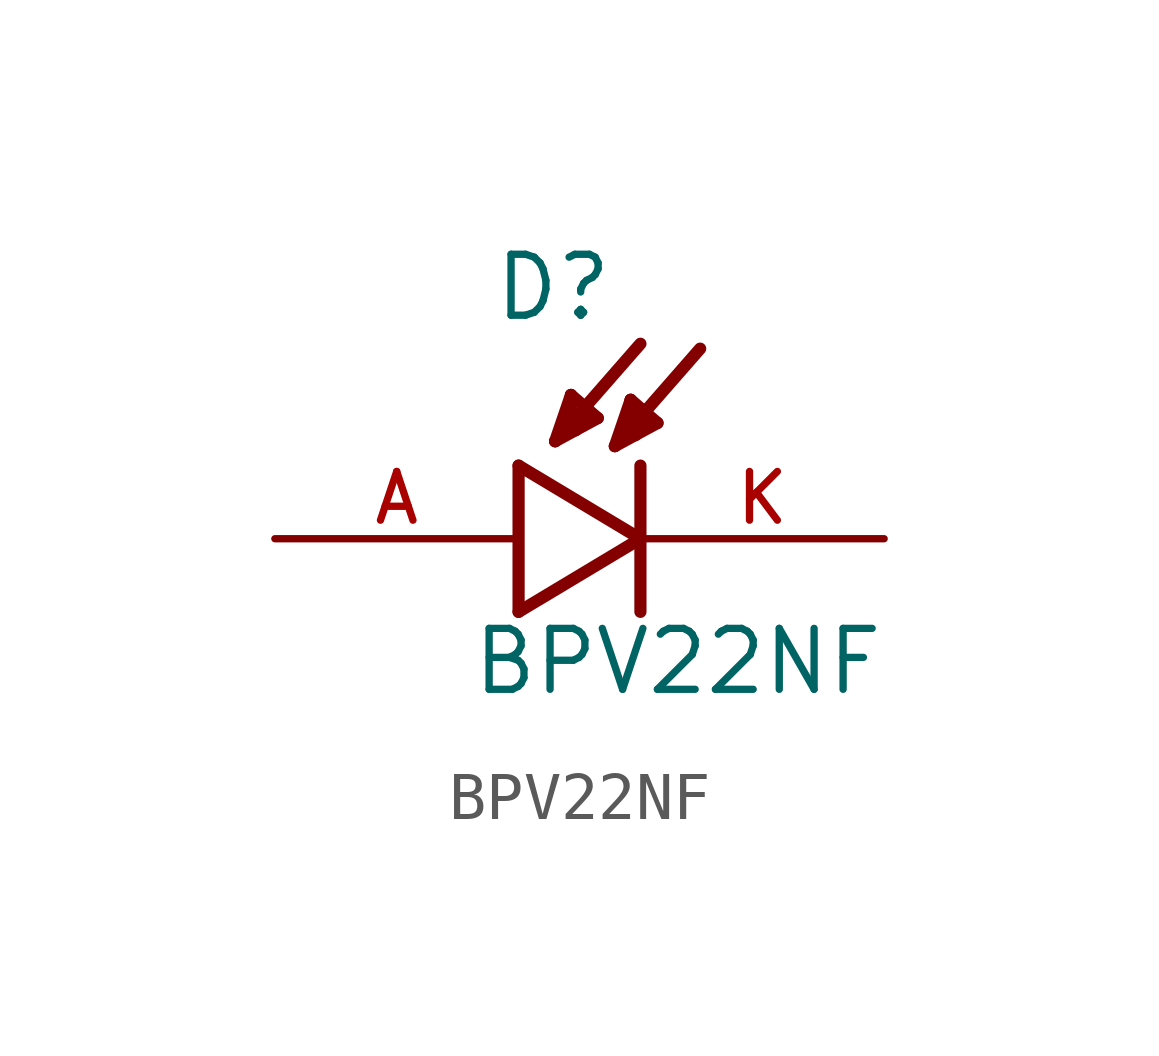
<source format=kicad_sym>
(kicad_symbol_lib
  (version 20211014)
  (generator kicad_symbol_editor)
  (symbol "BPV22NF"
    (pin_names
      (offset 1.016))
    (property "Reference" "D"
      (at -0.559 4.496 0)
      (effects (font (size 1.27 1.27)) (justify bottom left)))
    (property "Value" "BPV22NF"
      (at -1.016 -3.302 0)
      (effects (font (size 1.27 1.27)) (justify bottom left)))
    (symbol "BPV22NF_0_0"
      (polyline (pts (xy 0.0 1.524) (xy 0.0 -1.524)) (stroke (width 0.254)))
      (polyline (pts (xy 0.0 -1.524) (xy 2.54 0.0)) (stroke (width 0.254)))
      (polyline (pts (xy 2.54 0.0) (xy 0.0 1.524)) (stroke (width 0.254)))
      (polyline (pts (xy 2.54 1.524) (xy 2.54 -1.524)) (stroke (width 0.254)))
      (polyline (pts (xy 0.762 2.032) (xy 2.54 4.064)) (stroke (width 0.254)))
      (polyline (pts (xy 1.092 2.997) (xy 1.651 2.515)) (stroke (width 0.254)))
      (polyline (pts (xy 1.651 2.515) (xy 0.762 2.032)) (stroke (width 0.254)))
      (polyline (pts (xy 0.762 2.032) (xy 1.092 2.997)) (stroke (width 0.254)))
      (polyline (pts (xy 1.092 2.997) (xy 1.067 2.261)) (stroke (width 0.254)))
      (polyline (pts (xy 1.067 2.261) (xy 1.194 2.261)) (stroke (width 0.254)))
      (polyline (pts (xy 1.473 2.591) (xy 1.245 2.438)) (stroke (width 0.254)))
      (polyline (pts (xy 2.007 1.93) (xy 3.785 3.962)) (stroke (width 0.254)))
      (polyline (pts (xy 2.337 2.896) (xy 2.896 2.413)) (stroke (width 0.254)))
      (polyline (pts (xy 2.896 2.413) (xy 2.007 1.93)) (stroke (width 0.254)))
      (polyline (pts (xy 2.007 1.93) (xy 2.337 2.896)) (stroke (width 0.254)))
      (polyline (pts (xy 2.337 2.896) (xy 2.311 2.159)) (stroke (width 0.254)))
      (polyline (pts (xy 2.311 2.159) (xy 2.438 2.159)) (stroke (width 0.254)))
      (polyline (pts (xy 2.718 2.489) (xy 2.489 2.337)) (stroke (width 0.254)))
      (pin passive line (at 7.62 0.0 180.0) (length 5.08) (name "~" (effects (font (size 1.016 1.016)))) (number "K" (effects (font (size 1.016 1.016)))))
      (pin passive line (at -5.08 0.0 0) (length 5.08) (name "~" (effects (font (size 1.016 1.016)))) (number "A" (effects (font (size 1.016 1.016))))))))
</source>
